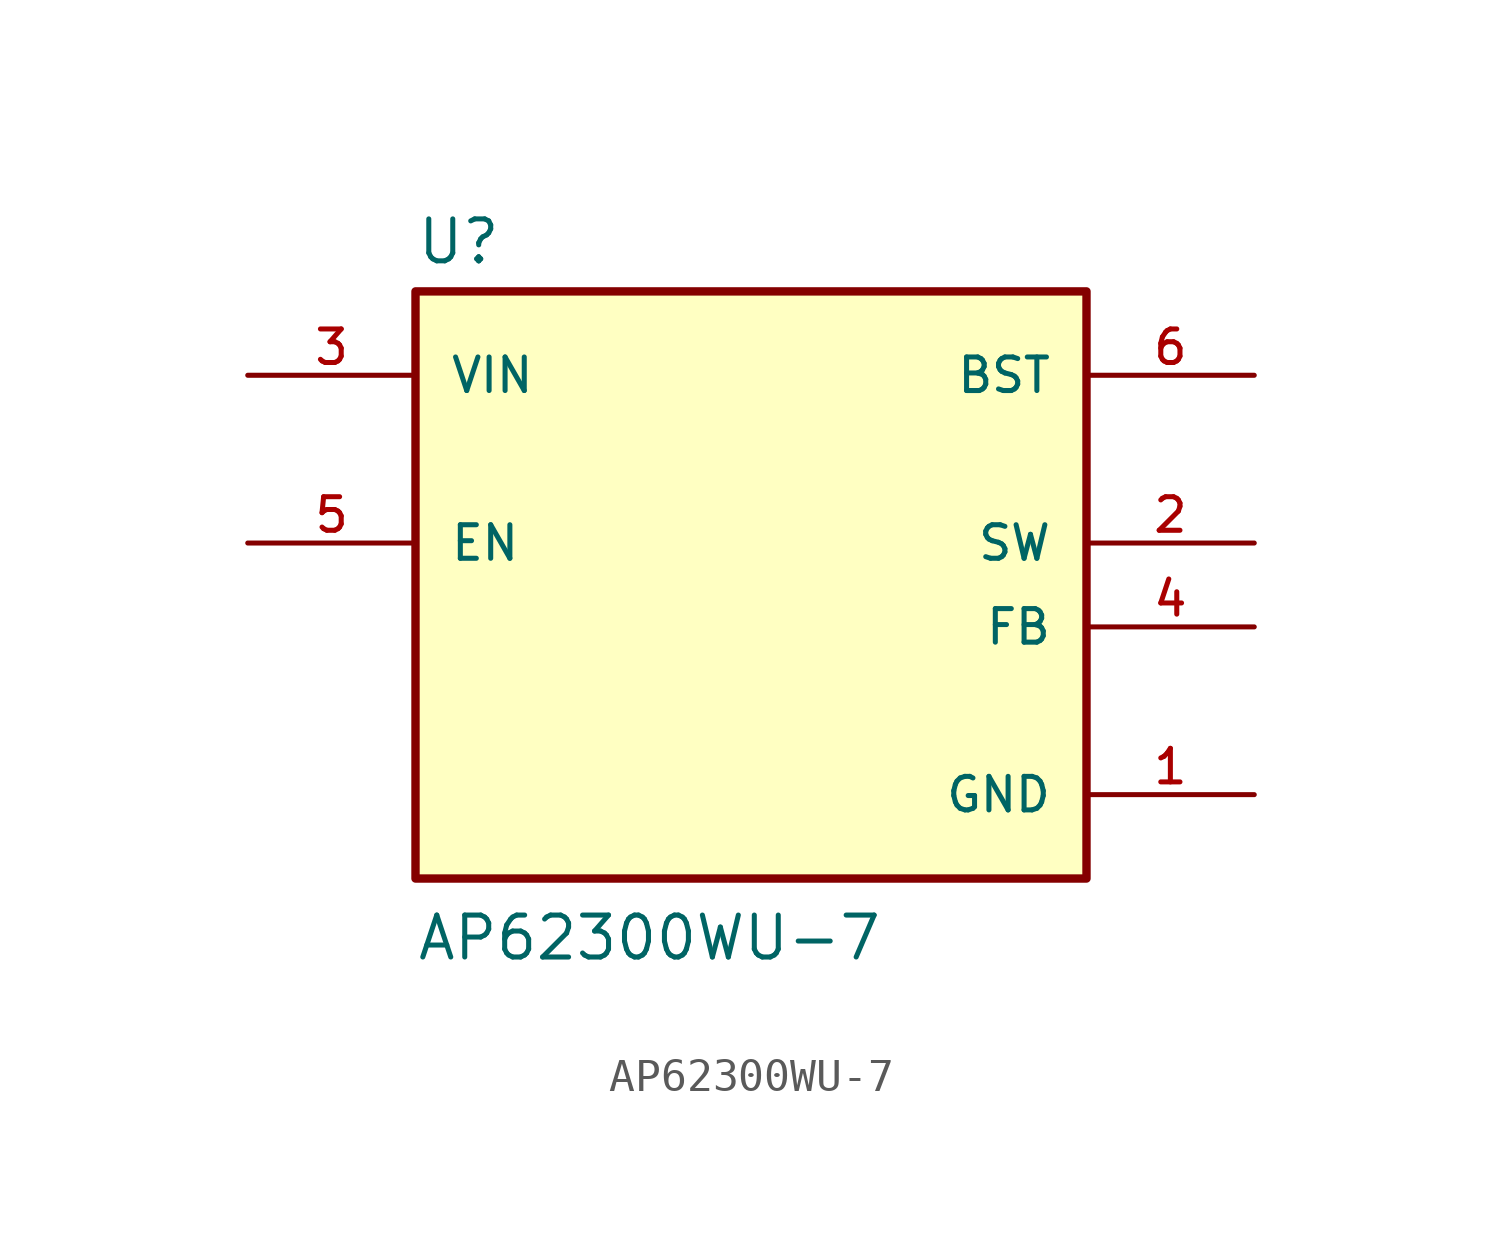
<source format=kicad_sym>
(kicad_symbol_lib
  (version 20211014)
  (generator kicad_symbol_editor)
  (symbol "AP62300WU-7"
    (pin_names
      (offset 1.016))
    (property "Reference" "U"
      (at -10.16 8.382 0)
      (effects (font (size 1.27 1.27)) (justify bottom left)))
    (property "Value" "AP62300WU-7"
      (at -10.16 -12.7 0)
      (effects (font (size 1.27 1.27)) (justify bottom left)))
    (symbol "AP62300WU-7_0_0"
      (rectangle (start -10.16 -10.16) (end 10.16 7.62) (stroke (width 0.254)) (fill (type background)))
      (pin input line (at -15.24 5.08 0) (length 5.08) (name "VIN" (effects (font (size 1.016 1.016)))) (number "3" (effects (font (size 1.016 1.016)))))
      (pin output line (at 15.24 0.0 180.0) (length 5.08) (name "SW" (effects (font (size 1.016 1.016)))) (number "2" (effects (font (size 1.016 1.016)))))
      (pin power_in line (at 15.24 -7.62 180.0) (length 5.08) (name "GND" (effects (font (size 1.016 1.016)))) (number "1" (effects (font (size 1.016 1.016)))))
      (pin input line (at 15.24 5.08 180.0) (length 5.08) (name "BST" (effects (font (size 1.016 1.016)))) (number "6" (effects (font (size 1.016 1.016)))))
      (pin input line (at -15.24 0.0 0) (length 5.08) (name "EN" (effects (font (size 1.016 1.016)))) (number "5" (effects (font (size 1.016 1.016)))))
      (pin input line (at 15.24 -2.54 180.0) (length 5.08) (name "FB" (effects (font (size 1.016 1.016)))) (number "4" (effects (font (size 1.016 1.016))))))))
</source>
